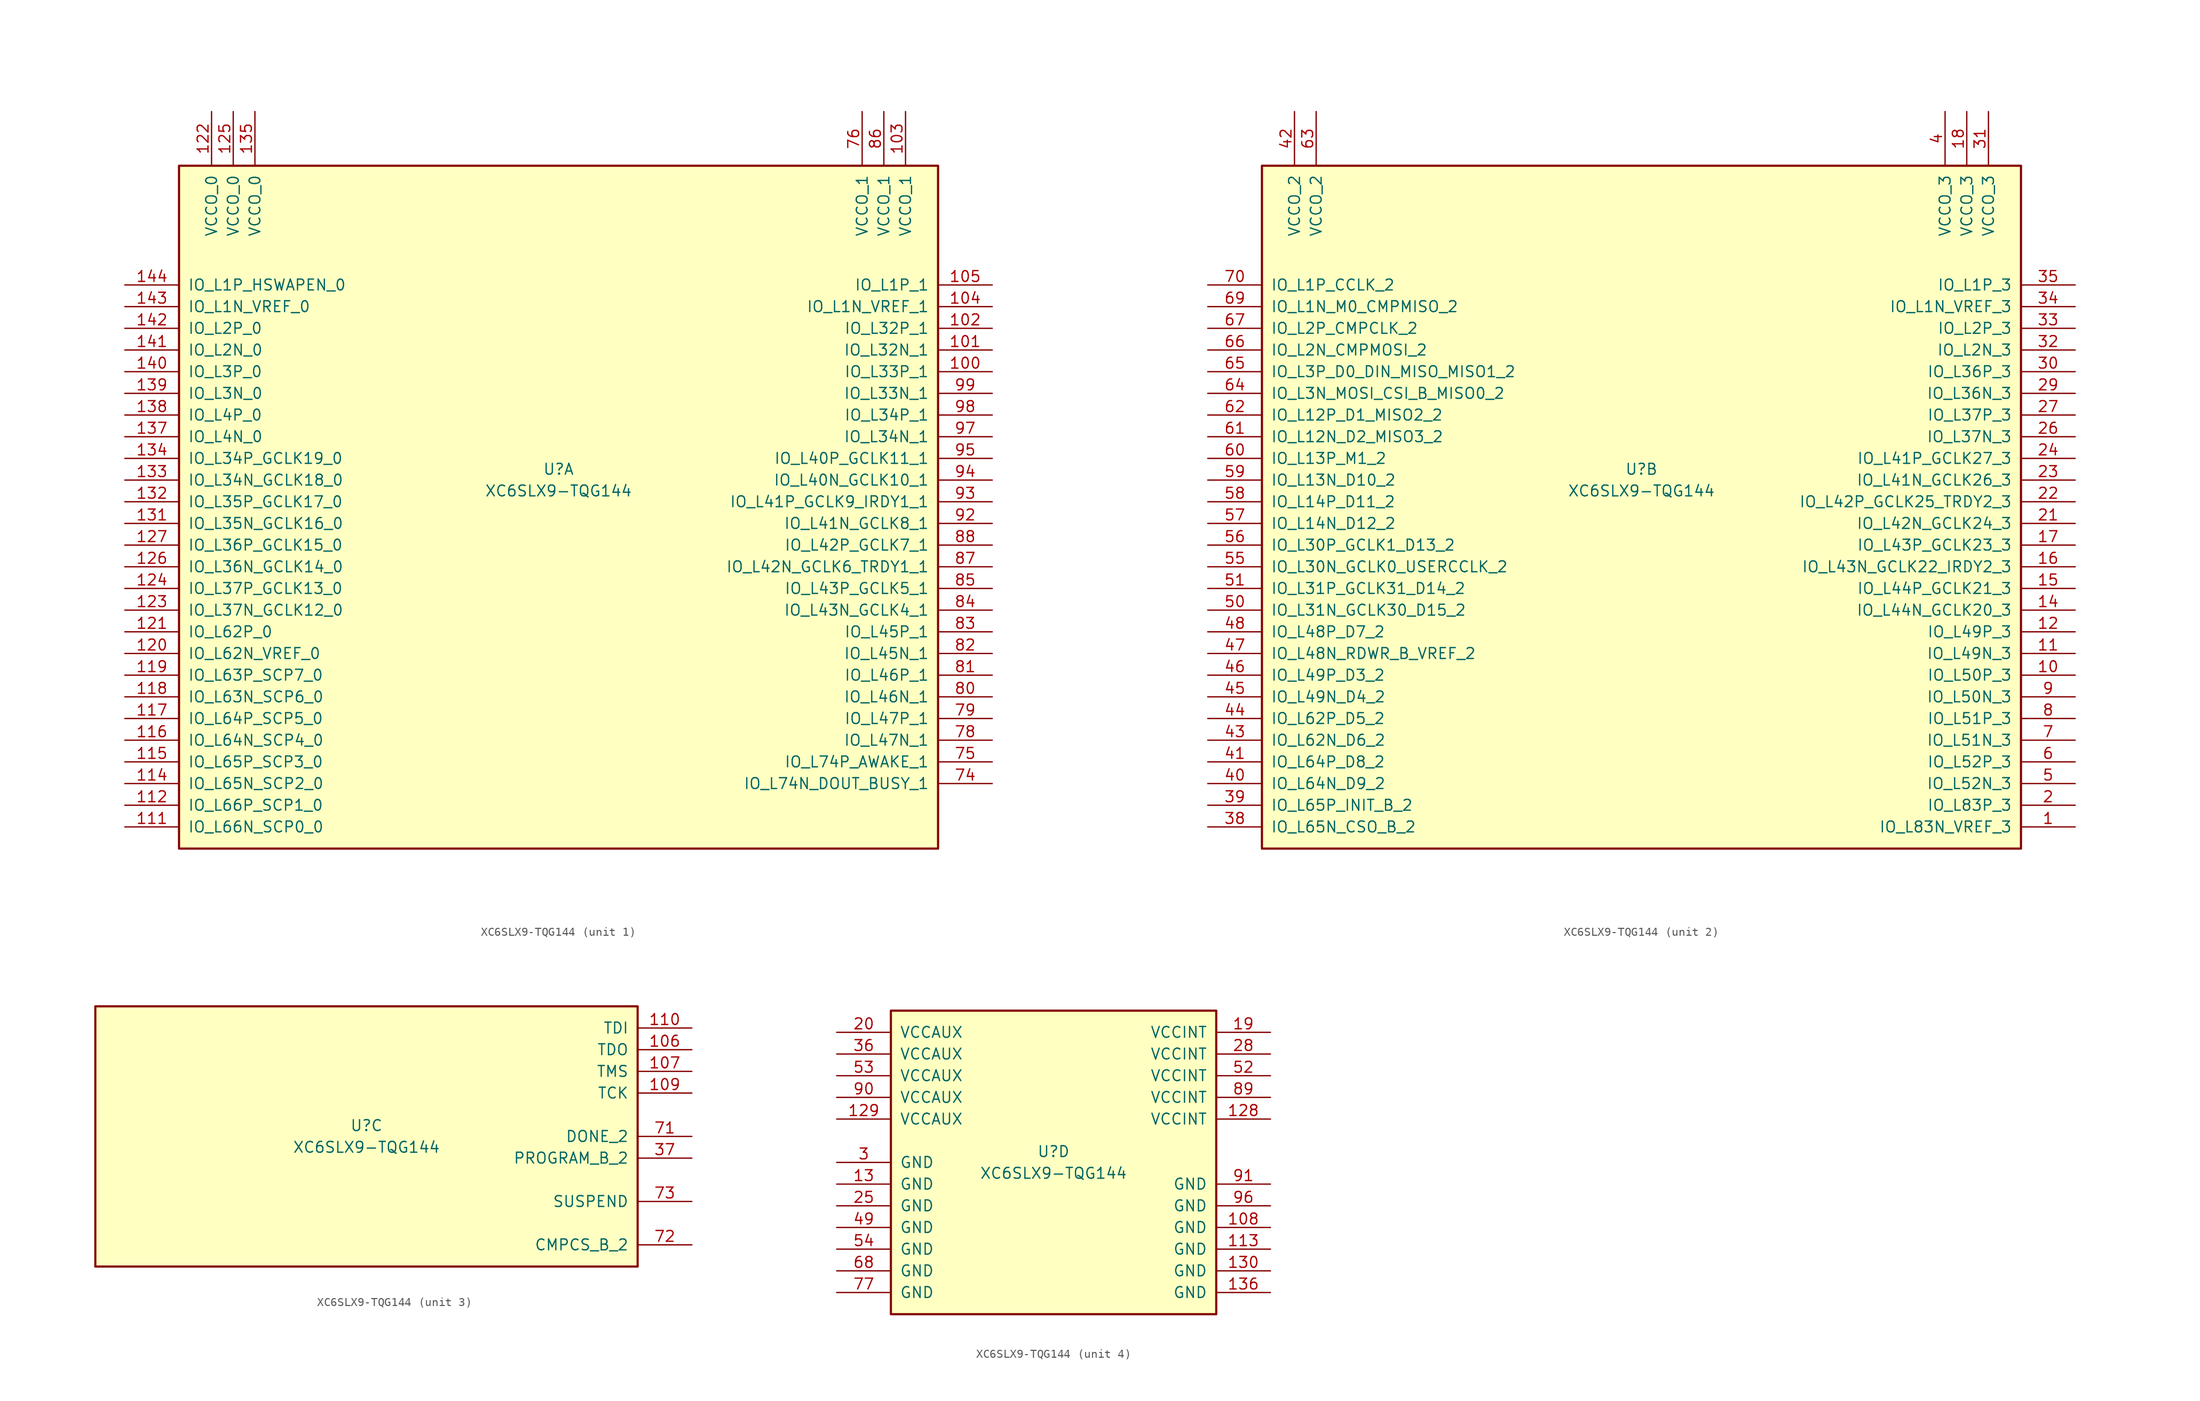
<source format=kicad_sym>
(kicad_symbol_lib
  (version 20201005)
  (generator kicad_symbol_editor)
  (symbol "XC6SLX9-TQG144"
    (pin_names
      (offset 1.016))
    (property "Reference" "U"
      (at 0 1.27 0)
      (effects (font (size 1.27 1.27))))
    (property "Value" "XC6SLX9-TQG144"
      (at 0 -1.27 0)
      (effects (font (size 1.27 1.27))))
    (property "Datasheet" ""
      (at 0 0 0)
      (effects (font (size 1.27 1.27))))
    (property "ki_locked" ""
      (at 0 0 0)
      (effects (font (size 1.27 1.27))))
    (symbol "XC6SLX9-TQG144_1_1"
      (rectangle (start -44.45 36.83) (end 44.45 -43.18) (stroke (width 0.254)) (fill (type background)))
      (pin bidirectional line (at 50.8 12.7 180) (length 6.35) (name "IO_L33P_1" (effects (font (size 1.27 1.27)))) (number "100" (effects (font (size 1.27 1.27)))))
      (pin bidirectional line (at 50.8 15.24 180) (length 6.35) (name "IO_L32N_1" (effects (font (size 1.27 1.27)))) (number "101" (effects (font (size 1.27 1.27)))))
      (pin bidirectional line (at 50.8 17.78 180) (length 6.35) (name "IO_L32P_1" (effects (font (size 1.27 1.27)))) (number "102" (effects (font (size 1.27 1.27)))))
      (pin power_in line (at 40.64 43.18 270) (length 6.35) (name "VCCO_1" (effects (font (size 1.27 1.27)))) (number "103" (effects (font (size 1.27 1.27)))))
      (pin bidirectional line (at 50.8 20.32 180) (length 6.35) (name "IO_L1N_VREF_1" (effects (font (size 1.27 1.27)))) (number "104" (effects (font (size 1.27 1.27)))))
      (pin bidirectional line (at 50.8 22.86 180) (length 6.35) (name "IO_L1P_1" (effects (font (size 1.27 1.27)))) (number "105" (effects (font (size 1.27 1.27)))))
      (pin bidirectional line (at -50.8 -40.64 0) (length 6.35) (name "IO_L66N_SCP0_0" (effects (font (size 1.27 1.27)))) (number "111" (effects (font (size 1.27 1.27)))))
      (pin bidirectional line (at -50.8 -38.1 0) (length 6.35) (name "IO_L66P_SCP1_0" (effects (font (size 1.27 1.27)))) (number "112" (effects (font (size 1.27 1.27)))))
      (pin bidirectional line (at -50.8 -35.56 0) (length 6.35) (name "IO_L65N_SCP2_0" (effects (font (size 1.27 1.27)))) (number "114" (effects (font (size 1.27 1.27)))))
      (pin bidirectional line (at -50.8 -33.02 0) (length 6.35) (name "IO_L65P_SCP3_0" (effects (font (size 1.27 1.27)))) (number "115" (effects (font (size 1.27 1.27)))))
      (pin bidirectional line (at -50.8 -30.48 0) (length 6.35) (name "IO_L64N_SCP4_0" (effects (font (size 1.27 1.27)))) (number "116" (effects (font (size 1.27 1.27)))))
      (pin bidirectional line (at -50.8 -27.94 0) (length 6.35) (name "IO_L64P_SCP5_0" (effects (font (size 1.27 1.27)))) (number "117" (effects (font (size 1.27 1.27)))))
      (pin bidirectional line (at -50.8 -25.4 0) (length 6.35) (name "IO_L63N_SCP6_0" (effects (font (size 1.27 1.27)))) (number "118" (effects (font (size 1.27 1.27)))))
      (pin bidirectional line (at -50.8 -22.86 0) (length 6.35) (name "IO_L63P_SCP7_0" (effects (font (size 1.27 1.27)))) (number "119" (effects (font (size 1.27 1.27)))))
      (pin bidirectional line (at -50.8 -20.32 0) (length 6.35) (name "IO_L62N_VREF_0" (effects (font (size 1.27 1.27)))) (number "120" (effects (font (size 1.27 1.27)))))
      (pin bidirectional line (at -50.8 -17.78 0) (length 6.35) (name "IO_L62P_0" (effects (font (size 1.27 1.27)))) (number "121" (effects (font (size 1.27 1.27)))))
      (pin power_in line (at -40.64 43.18 270) (length 6.35) (name "VCCO_0" (effects (font (size 1.27 1.27)))) (number "122" (effects (font (size 1.27 1.27)))))
      (pin bidirectional line (at -50.8 -15.24 0) (length 6.35) (name "IO_L37N_GCLK12_0" (effects (font (size 1.27 1.27)))) (number "123" (effects (font (size 1.27 1.27)))))
      (pin bidirectional line (at -50.8 -12.7 0) (length 6.35) (name "IO_L37P_GCLK13_0" (effects (font (size 1.27 1.27)))) (number "124" (effects (font (size 1.27 1.27)))))
      (pin power_in line (at -38.1 43.18 270) (length 6.35) (name "VCCO_0" (effects (font (size 1.27 1.27)))) (number "125" (effects (font (size 1.27 1.27)))))
      (pin bidirectional line (at -50.8 -10.16 0) (length 6.35) (name "IO_L36N_GCLK14_0" (effects (font (size 1.27 1.27)))) (number "126" (effects (font (size 1.27 1.27)))))
      (pin bidirectional line (at -50.8 -7.62 0) (length 6.35) (name "IO_L36P_GCLK15_0" (effects (font (size 1.27 1.27)))) (number "127" (effects (font (size 1.27 1.27)))))
      (pin bidirectional line (at -50.8 -5.08 0) (length 6.35) (name "IO_L35N_GCLK16_0" (effects (font (size 1.27 1.27)))) (number "131" (effects (font (size 1.27 1.27)))))
      (pin bidirectional line (at -50.8 -2.54 0) (length 6.35) (name "IO_L35P_GCLK17_0" (effects (font (size 1.27 1.27)))) (number "132" (effects (font (size 1.27 1.27)))))
      (pin bidirectional line (at -50.8 0 0) (length 6.35) (name "IO_L34N_GCLK18_0" (effects (font (size 1.27 1.27)))) (number "133" (effects (font (size 1.27 1.27)))))
      (pin bidirectional line (at -50.8 2.54 0) (length 6.35) (name "IO_L34P_GCLK19_0" (effects (font (size 1.27 1.27)))) (number "134" (effects (font (size 1.27 1.27)))))
      (pin power_in line (at -35.56 43.18 270) (length 6.35) (name "VCCO_0" (effects (font (size 1.27 1.27)))) (number "135" (effects (font (size 1.27 1.27)))))
      (pin bidirectional line (at -50.8 5.08 0) (length 6.35) (name "IO_L4N_0" (effects (font (size 1.27 1.27)))) (number "137" (effects (font (size 1.27 1.27)))))
      (pin bidirectional line (at -50.8 7.62 0) (length 6.35) (name "IO_L4P_0" (effects (font (size 1.27 1.27)))) (number "138" (effects (font (size 1.27 1.27)))))
      (pin bidirectional line (at -50.8 10.16 0) (length 6.35) (name "IO_L3N_0" (effects (font (size 1.27 1.27)))) (number "139" (effects (font (size 1.27 1.27)))))
      (pin bidirectional line (at -50.8 12.7 0) (length 6.35) (name "IO_L3P_0" (effects (font (size 1.27 1.27)))) (number "140" (effects (font (size 1.27 1.27)))))
      (pin bidirectional line (at -50.8 15.24 0) (length 6.35) (name "IO_L2N_0" (effects (font (size 1.27 1.27)))) (number "141" (effects (font (size 1.27 1.27)))))
      (pin bidirectional line (at -50.8 17.78 0) (length 6.35) (name "IO_L2P_0" (effects (font (size 1.27 1.27)))) (number "142" (effects (font (size 1.27 1.27)))))
      (pin bidirectional line (at -50.8 20.32 0) (length 6.35) (name "IO_L1N_VREF_0" (effects (font (size 1.27 1.27)))) (number "143" (effects (font (size 1.27 1.27)))))
      (pin bidirectional line (at -50.8 22.86 0) (length 6.35) (name "IO_L1P_HSWAPEN_0" (effects (font (size 1.27 1.27)))) (number "144" (effects (font (size 1.27 1.27)))))
      (pin bidirectional line (at 50.8 -35.56 180) (length 6.35) (name "IO_L74N_DOUT_BUSY_1" (effects (font (size 1.27 1.27)))) (number "74" (effects (font (size 1.27 1.27)))))
      (pin bidirectional line (at 50.8 -33.02 180) (length 6.35) (name "IO_L74P_AWAKE_1" (effects (font (size 1.27 1.27)))) (number "75" (effects (font (size 1.27 1.27)))))
      (pin power_in line (at 35.56 43.18 270) (length 6.35) (name "VCCO_1" (effects (font (size 1.27 1.27)))) (number "76" (effects (font (size 1.27 1.27)))))
      (pin bidirectional line (at 50.8 -30.48 180) (length 6.35) (name "IO_L47N_1" (effects (font (size 1.27 1.27)))) (number "78" (effects (font (size 1.27 1.27)))))
      (pin bidirectional line (at 50.8 -27.94 180) (length 6.35) (name "IO_L47P_1" (effects (font (size 1.27 1.27)))) (number "79" (effects (font (size 1.27 1.27)))))
      (pin bidirectional line (at 50.8 -25.4 180) (length 6.35) (name "IO_L46N_1" (effects (font (size 1.27 1.27)))) (number "80" (effects (font (size 1.27 1.27)))))
      (pin bidirectional line (at 50.8 -22.86 180) (length 6.35) (name "IO_L46P_1" (effects (font (size 1.27 1.27)))) (number "81" (effects (font (size 1.27 1.27)))))
      (pin bidirectional line (at 50.8 -20.32 180) (length 6.35) (name "IO_L45N_1" (effects (font (size 1.27 1.27)))) (number "82" (effects (font (size 1.27 1.27)))))
      (pin bidirectional line (at 50.8 -17.78 180) (length 6.35) (name "IO_L45P_1" (effects (font (size 1.27 1.27)))) (number "83" (effects (font (size 1.27 1.27)))))
      (pin bidirectional line (at 50.8 -15.24 180) (length 6.35) (name "IO_L43N_GCLK4_1" (effects (font (size 1.27 1.27)))) (number "84" (effects (font (size 1.27 1.27)))))
      (pin bidirectional line (at 50.8 -12.7 180) (length 6.35) (name "IO_L43P_GCLK5_1" (effects (font (size 1.27 1.27)))) (number "85" (effects (font (size 1.27 1.27)))))
      (pin power_in line (at 38.1 43.18 270) (length 6.35) (name "VCCO_1" (effects (font (size 1.27 1.27)))) (number "86" (effects (font (size 1.27 1.27)))))
      (pin bidirectional line (at 50.8 -10.16 180) (length 6.35) (name "IO_L42N_GCLK6_TRDY1_1" (effects (font (size 1.27 1.27)))) (number "87" (effects (font (size 1.27 1.27)))))
      (pin bidirectional line (at 50.8 -7.62 180) (length 6.35) (name "IO_L42P_GCLK7_1" (effects (font (size 1.27 1.27)))) (number "88" (effects (font (size 1.27 1.27)))))
      (pin bidirectional line (at 50.8 -5.08 180) (length 6.35) (name "IO_L41N_GCLK8_1" (effects (font (size 1.27 1.27)))) (number "92" (effects (font (size 1.27 1.27)))))
      (pin bidirectional line (at 50.8 -2.54 180) (length 6.35) (name "IO_L41P_GCLK9_IRDY1_1" (effects (font (size 1.27 1.27)))) (number "93" (effects (font (size 1.27 1.27)))))
      (pin bidirectional line (at 50.8 0 180) (length 6.35) (name "IO_L40N_GCLK10_1" (effects (font (size 1.27 1.27)))) (number "94" (effects (font (size 1.27 1.27)))))
      (pin bidirectional line (at 50.8 2.54 180) (length 6.35) (name "IO_L40P_GCLK11_1" (effects (font (size 1.27 1.27)))) (number "95" (effects (font (size 1.27 1.27)))))
      (pin bidirectional line (at 50.8 5.08 180) (length 6.35) (name "IO_L34N_1" (effects (font (size 1.27 1.27)))) (number "97" (effects (font (size 1.27 1.27)))))
      (pin bidirectional line (at 50.8 7.62 180) (length 6.35) (name "IO_L34P_1" (effects (font (size 1.27 1.27)))) (number "98" (effects (font (size 1.27 1.27)))))
      (pin bidirectional line (at 50.8 10.16 180) (length 6.35) (name "IO_L33N_1" (effects (font (size 1.27 1.27)))) (number "99" (effects (font (size 1.27 1.27))))))
    (symbol "XC6SLX9-TQG144_2_1"
      (rectangle (start -44.45 36.83) (end 44.45 -43.18) (stroke (width 0.254)) (fill (type background)))
      (pin bidirectional line (at 50.8 -40.64 180) (length 6.35) (name "IO_L83N_VREF_3" (effects (font (size 1.27 1.27)))) (number "1" (effects (font (size 1.27 1.27)))))
      (pin bidirectional line (at 50.8 -22.86 180) (length 6.35) (name "IO_L50P_3" (effects (font (size 1.27 1.27)))) (number "10" (effects (font (size 1.27 1.27)))))
      (pin bidirectional line (at 50.8 -20.32 180) (length 6.35) (name "IO_L49N_3" (effects (font (size 1.27 1.27)))) (number "11" (effects (font (size 1.27 1.27)))))
      (pin bidirectional line (at 50.8 -17.78 180) (length 6.35) (name "IO_L49P_3" (effects (font (size 1.27 1.27)))) (number "12" (effects (font (size 1.27 1.27)))))
      (pin bidirectional line (at 50.8 -15.24 180) (length 6.35) (name "IO_L44N_GCLK20_3" (effects (font (size 1.27 1.27)))) (number "14" (effects (font (size 1.27 1.27)))))
      (pin bidirectional line (at 50.8 -12.7 180) (length 6.35) (name "IO_L44P_GCLK21_3" (effects (font (size 1.27 1.27)))) (number "15" (effects (font (size 1.27 1.27)))))
      (pin bidirectional line (at 50.8 -10.16 180) (length 6.35) (name "IO_L43N_GCLK22_IRDY2_3" (effects (font (size 1.27 1.27)))) (number "16" (effects (font (size 1.27 1.27)))))
      (pin bidirectional line (at 50.8 -7.62 180) (length 6.35) (name "IO_L43P_GCLK23_3" (effects (font (size 1.27 1.27)))) (number "17" (effects (font (size 1.27 1.27)))))
      (pin power_in line (at 38.1 43.18 270) (length 6.35) (name "VCCO_3" (effects (font (size 1.27 1.27)))) (number "18" (effects (font (size 1.27 1.27)))))
      (pin bidirectional line (at 50.8 -38.1 180) (length 6.35) (name "IO_L83P_3" (effects (font (size 1.27 1.27)))) (number "2" (effects (font (size 1.27 1.27)))))
      (pin bidirectional line (at 50.8 -5.08 180) (length 6.35) (name "IO_L42N_GCLK24_3" (effects (font (size 1.27 1.27)))) (number "21" (effects (font (size 1.27 1.27)))))
      (pin bidirectional line (at 50.8 -2.54 180) (length 6.35) (name "IO_L42P_GCLK25_TRDY2_3" (effects (font (size 1.27 1.27)))) (number "22" (effects (font (size 1.27 1.27)))))
      (pin bidirectional line (at 50.8 0 180) (length 6.35) (name "IO_L41N_GCLK26_3" (effects (font (size 1.27 1.27)))) (number "23" (effects (font (size 1.27 1.27)))))
      (pin bidirectional line (at 50.8 2.54 180) (length 6.35) (name "IO_L41P_GCLK27_3" (effects (font (size 1.27 1.27)))) (number "24" (effects (font (size 1.27 1.27)))))
      (pin bidirectional line (at 50.8 5.08 180) (length 6.35) (name "IO_L37N_3" (effects (font (size 1.27 1.27)))) (number "26" (effects (font (size 1.27 1.27)))))
      (pin bidirectional line (at 50.8 7.62 180) (length 6.35) (name "IO_L37P_3" (effects (font (size 1.27 1.27)))) (number "27" (effects (font (size 1.27 1.27)))))
      (pin bidirectional line (at 50.8 10.16 180) (length 6.35) (name "IO_L36N_3" (effects (font (size 1.27 1.27)))) (number "29" (effects (font (size 1.27 1.27)))))
      (pin bidirectional line (at 50.8 12.7 180) (length 6.35) (name "IO_L36P_3" (effects (font (size 1.27 1.27)))) (number "30" (effects (font (size 1.27 1.27)))))
      (pin power_in line (at 40.64 43.18 270) (length 6.35) (name "VCCO_3" (effects (font (size 1.27 1.27)))) (number "31" (effects (font (size 1.27 1.27)))))
      (pin bidirectional line (at 50.8 15.24 180) (length 6.35) (name "IO_L2N_3" (effects (font (size 1.27 1.27)))) (number "32" (effects (font (size 1.27 1.27)))))
      (pin bidirectional line (at 50.8 17.78 180) (length 6.35) (name "IO_L2P_3" (effects (font (size 1.27 1.27)))) (number "33" (effects (font (size 1.27 1.27)))))
      (pin bidirectional line (at 50.8 20.32 180) (length 6.35) (name "IO_L1N_VREF_3" (effects (font (size 1.27 1.27)))) (number "34" (effects (font (size 1.27 1.27)))))
      (pin bidirectional line (at 50.8 22.86 180) (length 6.35) (name "IO_L1P_3" (effects (font (size 1.27 1.27)))) (number "35" (effects (font (size 1.27 1.27)))))
      (pin bidirectional line (at -50.8 -40.64 0) (length 6.35) (name "IO_L65N_CSO_B_2" (effects (font (size 1.27 1.27)))) (number "38" (effects (font (size 1.27 1.27)))))
      (pin bidirectional line (at -50.8 -38.1 0) (length 6.35) (name "IO_L65P_INIT_B_2" (effects (font (size 1.27 1.27)))) (number "39" (effects (font (size 1.27 1.27)))))
      (pin power_in line (at 35.56 43.18 270) (length 6.35) (name "VCCO_3" (effects (font (size 1.27 1.27)))) (number "4" (effects (font (size 1.27 1.27)))))
      (pin bidirectional line (at -50.8 -35.56 0) (length 6.35) (name "IO_L64N_D9_2" (effects (font (size 1.27 1.27)))) (number "40" (effects (font (size 1.27 1.27)))))
      (pin bidirectional line (at -50.8 -33.02 0) (length 6.35) (name "IO_L64P_D8_2" (effects (font (size 1.27 1.27)))) (number "41" (effects (font (size 1.27 1.27)))))
      (pin power_in line (at -40.64 43.18 270) (length 6.35) (name "VCCO_2" (effects (font (size 1.27 1.27)))) (number "42" (effects (font (size 1.27 1.27)))))
      (pin bidirectional line (at -50.8 -30.48 0) (length 6.35) (name "IO_L62N_D6_2" (effects (font (size 1.27 1.27)))) (number "43" (effects (font (size 1.27 1.27)))))
      (pin bidirectional line (at -50.8 -27.94 0) (length 6.35) (name "IO_L62P_D5_2" (effects (font (size 1.27 1.27)))) (number "44" (effects (font (size 1.27 1.27)))))
      (pin bidirectional line (at -50.8 -25.4 0) (length 6.35) (name "IO_L49N_D4_2" (effects (font (size 1.27 1.27)))) (number "45" (effects (font (size 1.27 1.27)))))
      (pin bidirectional line (at -50.8 -22.86 0) (length 6.35) (name "IO_L49P_D3_2" (effects (font (size 1.27 1.27)))) (number "46" (effects (font (size 1.27 1.27)))))
      (pin bidirectional line (at -50.8 -20.32 0) (length 6.35) (name "IO_L48N_RDWR_B_VREF_2" (effects (font (size 1.27 1.27)))) (number "47" (effects (font (size 1.27 1.27)))))
      (pin bidirectional line (at -50.8 -17.78 0) (length 6.35) (name "IO_L48P_D7_2" (effects (font (size 1.27 1.27)))) (number "48" (effects (font (size 1.27 1.27)))))
      (pin bidirectional line (at 50.8 -35.56 180) (length 6.35) (name "IO_L52N_3" (effects (font (size 1.27 1.27)))) (number "5" (effects (font (size 1.27 1.27)))))
      (pin bidirectional line (at -50.8 -15.24 0) (length 6.35) (name "IO_L31N_GCLK30_D15_2" (effects (font (size 1.27 1.27)))) (number "50" (effects (font (size 1.27 1.27)))))
      (pin bidirectional line (at -50.8 -12.7 0) (length 6.35) (name "IO_L31P_GCLK31_D14_2" (effects (font (size 1.27 1.27)))) (number "51" (effects (font (size 1.27 1.27)))))
      (pin bidirectional line (at -50.8 -10.16 0) (length 6.35) (name "IO_L30N_GCLK0_USERCCLK_2" (effects (font (size 1.27 1.27)))) (number "55" (effects (font (size 1.27 1.27)))))
      (pin bidirectional line (at -50.8 -7.62 0) (length 6.35) (name "IO_L30P_GCLK1_D13_2" (effects (font (size 1.27 1.27)))) (number "56" (effects (font (size 1.27 1.27)))))
      (pin bidirectional line (at -50.8 -5.08 0) (length 6.35) (name "IO_L14N_D12_2" (effects (font (size 1.27 1.27)))) (number "57" (effects (font (size 1.27 1.27)))))
      (pin bidirectional line (at -50.8 -2.54 0) (length 6.35) (name "IO_L14P_D11_2" (effects (font (size 1.27 1.27)))) (number "58" (effects (font (size 1.27 1.27)))))
      (pin bidirectional line (at -50.8 0 0) (length 6.35) (name "IO_L13N_D10_2" (effects (font (size 1.27 1.27)))) (number "59" (effects (font (size 1.27 1.27)))))
      (pin bidirectional line (at 50.8 -33.02 180) (length 6.35) (name "IO_L52P_3" (effects (font (size 1.27 1.27)))) (number "6" (effects (font (size 1.27 1.27)))))
      (pin bidirectional line (at -50.8 2.54 0) (length 6.35) (name "IO_L13P_M1_2" (effects (font (size 1.27 1.27)))) (number "60" (effects (font (size 1.27 1.27)))))
      (pin bidirectional line (at -50.8 5.08 0) (length 6.35) (name "IO_L12N_D2_MISO3_2" (effects (font (size 1.27 1.27)))) (number "61" (effects (font (size 1.27 1.27)))))
      (pin bidirectional line (at -50.8 7.62 0) (length 6.35) (name "IO_L12P_D1_MISO2_2" (effects (font (size 1.27 1.27)))) (number "62" (effects (font (size 1.27 1.27)))))
      (pin power_in line (at -38.1 43.18 270) (length 6.35) (name "VCCO_2" (effects (font (size 1.27 1.27)))) (number "63" (effects (font (size 1.27 1.27)))))
      (pin bidirectional line (at -50.8 10.16 0) (length 6.35) (name "IO_L3N_MOSI_CSI_B_MISO0_2" (effects (font (size 1.27 1.27)))) (number "64" (effects (font (size 1.27 1.27)))))
      (pin bidirectional line (at -50.8 12.7 0) (length 6.35) (name "IO_L3P_D0_DIN_MISO_MISO1_2" (effects (font (size 1.27 1.27)))) (number "65" (effects (font (size 1.27 1.27)))))
      (pin bidirectional line (at -50.8 15.24 0) (length 6.35) (name "IO_L2N_CMPMOSI_2" (effects (font (size 1.27 1.27)))) (number "66" (effects (font (size 1.27 1.27)))))
      (pin bidirectional line (at -50.8 17.78 0) (length 6.35) (name "IO_L2P_CMPCLK_2" (effects (font (size 1.27 1.27)))) (number "67" (effects (font (size 1.27 1.27)))))
      (pin bidirectional line (at -50.8 20.32 0) (length 6.35) (name "IO_L1N_M0_CMPMISO_2" (effects (font (size 1.27 1.27)))) (number "69" (effects (font (size 1.27 1.27)))))
      (pin bidirectional line (at 50.8 -30.48 180) (length 6.35) (name "IO_L51N_3" (effects (font (size 1.27 1.27)))) (number "7" (effects (font (size 1.27 1.27)))))
      (pin bidirectional line (at -50.8 22.86 0) (length 6.35) (name "IO_L1P_CCLK_2" (effects (font (size 1.27 1.27)))) (number "70" (effects (font (size 1.27 1.27)))))
      (pin bidirectional line (at 50.8 -27.94 180) (length 6.35) (name "IO_L51P_3" (effects (font (size 1.27 1.27)))) (number "8" (effects (font (size 1.27 1.27)))))
      (pin bidirectional line (at 50.8 -25.4 180) (length 6.35) (name "IO_L50N_3" (effects (font (size 1.27 1.27)))) (number "9" (effects (font (size 1.27 1.27))))))
    (symbol "XC6SLX9-TQG144_3_1"
      (rectangle (start -31.75 15.24) (end 31.75 -15.24) (stroke (width 0.254)) (fill (type background)))
      (pin bidirectional line (at 38.1 10.16 180) (length 6.35) (name "TDO" (effects (font (size 1.27 1.27)))) (number "106" (effects (font (size 1.27 1.27)))))
      (pin bidirectional line (at 38.1 7.62 180) (length 6.35) (name "TMS" (effects (font (size 1.27 1.27)))) (number "107" (effects (font (size 1.27 1.27)))))
      (pin bidirectional line (at 38.1 5.08 180) (length 6.35) (name "TCK" (effects (font (size 1.27 1.27)))) (number "109" (effects (font (size 1.27 1.27)))))
      (pin bidirectional line (at 38.1 12.7 180) (length 6.35) (name "TDI" (effects (font (size 1.27 1.27)))) (number "110" (effects (font (size 1.27 1.27)))))
      (pin bidirectional line (at 38.1 -2.54 180) (length 6.35) (name "PROGRAM_B_2" (effects (font (size 1.27 1.27)))) (number "37" (effects (font (size 1.27 1.27)))))
      (pin bidirectional line (at 38.1 0 180) (length 6.35) (name "DONE_2" (effects (font (size 1.27 1.27)))) (number "71" (effects (font (size 1.27 1.27)))))
      (pin bidirectional line (at 38.1 -12.7 180) (length 6.35) (name "CMPCS_B_2" (effects (font (size 1.27 1.27)))) (number "72" (effects (font (size 1.27 1.27)))))
      (pin bidirectional line (at 38.1 -7.62 180) (length 6.35) (name "SUSPEND" (effects (font (size 1.27 1.27)))) (number "73" (effects (font (size 1.27 1.27))))))
    (symbol "XC6SLX9-TQG144_4_1"
      (rectangle (start -19.05 17.78) (end 19.05 -17.78) (stroke (width 0.254)) (fill (type background)))
      (pin power_in line (at 25.4 -7.62 180) (length 6.35) (name "GND" (effects (font (size 1.27 1.27)))) (number "108" (effects (font (size 1.27 1.27)))))
      (pin power_in line (at 25.4 -10.16 180) (length 6.35) (name "GND" (effects (font (size 1.27 1.27)))) (number "113" (effects (font (size 1.27 1.27)))))
      (pin power_in line (at 25.4 5.08 180) (length 6.35) (name "VCCINT" (effects (font (size 1.27 1.27)))) (number "128" (effects (font (size 1.27 1.27)))))
      (pin power_in line (at -25.4 5.08 0) (length 6.35) (name "VCCAUX" (effects (font (size 1.27 1.27)))) (number "129" (effects (font (size 1.27 1.27)))))
      (pin power_in line (at -25.4 -2.54 0) (length 6.35) (name "GND" (effects (font (size 1.27 1.27)))) (number "13" (effects (font (size 1.27 1.27)))))
      (pin power_in line (at 25.4 -12.7 180) (length 6.35) (name "GND" (effects (font (size 1.27 1.27)))) (number "130" (effects (font (size 1.27 1.27)))))
      (pin power_in line (at 25.4 -15.24 180) (length 6.35) (name "GND" (effects (font (size 1.27 1.27)))) (number "136" (effects (font (size 1.27 1.27)))))
      (pin power_in line (at 25.4 15.24 180) (length 6.35) (name "VCCINT" (effects (font (size 1.27 1.27)))) (number "19" (effects (font (size 1.27 1.27)))))
      (pin power_in line (at -25.4 15.24 0) (length 6.35) (name "VCCAUX" (effects (font (size 1.27 1.27)))) (number "20" (effects (font (size 1.27 1.27)))))
      (pin power_in line (at -25.4 -5.08 0) (length 6.35) (name "GND" (effects (font (size 1.27 1.27)))) (number "25" (effects (font (size 1.27 1.27)))))
      (pin power_in line (at 25.4 12.7 180) (length 6.35) (name "VCCINT" (effects (font (size 1.27 1.27)))) (number "28" (effects (font (size 1.27 1.27)))))
      (pin power_in line (at -25.4 0 0) (length 6.35) (name "GND" (effects (font (size 1.27 1.27)))) (number "3" (effects (font (size 1.27 1.27)))))
      (pin power_in line (at -25.4 12.7 0) (length 6.35) (name "VCCAUX" (effects (font (size 1.27 1.27)))) (number "36" (effects (font (size 1.27 1.27)))))
      (pin power_in line (at -25.4 -7.62 0) (length 6.35) (name "GND" (effects (font (size 1.27 1.27)))) (number "49" (effects (font (size 1.27 1.27)))))
      (pin power_in line (at 25.4 10.16 180) (length 6.35) (name "VCCINT" (effects (font (size 1.27 1.27)))) (number "52" (effects (font (size 1.27 1.27)))))
      (pin power_in line (at -25.4 10.16 0) (length 6.35) (name "VCCAUX" (effects (font (size 1.27 1.27)))) (number "53" (effects (font (size 1.27 1.27)))))
      (pin power_in line (at -25.4 -10.16 0) (length 6.35) (name "GND" (effects (font (size 1.27 1.27)))) (number "54" (effects (font (size 1.27 1.27)))))
      (pin power_in line (at -25.4 -12.7 0) (length 6.35) (name "GND" (effects (font (size 1.27 1.27)))) (number "68" (effects (font (size 1.27 1.27)))))
      (pin power_in line (at -25.4 -15.24 0) (length 6.35) (name "GND" (effects (font (size 1.27 1.27)))) (number "77" (effects (font (size 1.27 1.27)))))
      (pin power_in line (at 25.4 7.62 180) (length 6.35) (name "VCCINT" (effects (font (size 1.27 1.27)))) (number "89" (effects (font (size 1.27 1.27)))))
      (pin power_in line (at -25.4 7.62 0) (length 6.35) (name "VCCAUX" (effects (font (size 1.27 1.27)))) (number "90" (effects (font (size 1.27 1.27)))))
      (pin power_in line (at 25.4 -2.54 180) (length 6.35) (name "GND" (effects (font (size 1.27 1.27)))) (number "91" (effects (font (size 1.27 1.27)))))
      (pin power_in line (at 25.4 -5.08 180) (length 6.35) (name "GND" (effects (font (size 1.27 1.27)))) (number "96" (effects (font (size 1.27 1.27))))))))
</source>
